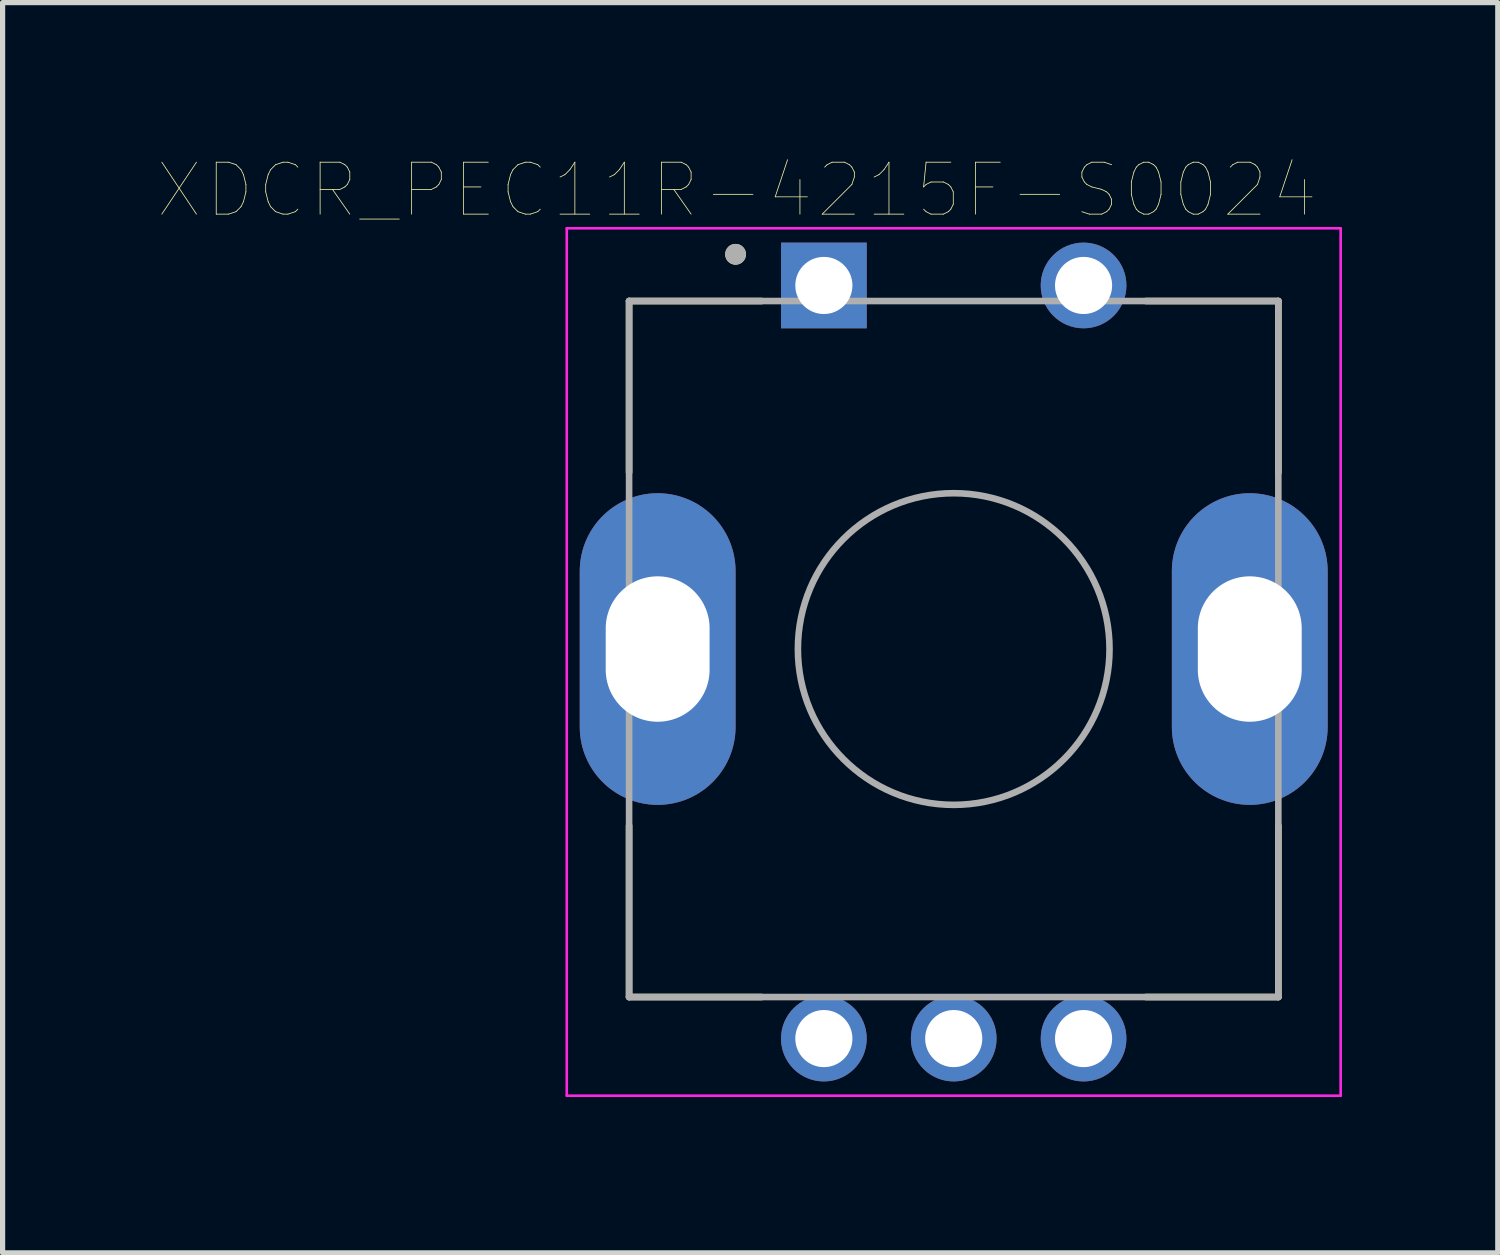
<source format=kicad_pcb>
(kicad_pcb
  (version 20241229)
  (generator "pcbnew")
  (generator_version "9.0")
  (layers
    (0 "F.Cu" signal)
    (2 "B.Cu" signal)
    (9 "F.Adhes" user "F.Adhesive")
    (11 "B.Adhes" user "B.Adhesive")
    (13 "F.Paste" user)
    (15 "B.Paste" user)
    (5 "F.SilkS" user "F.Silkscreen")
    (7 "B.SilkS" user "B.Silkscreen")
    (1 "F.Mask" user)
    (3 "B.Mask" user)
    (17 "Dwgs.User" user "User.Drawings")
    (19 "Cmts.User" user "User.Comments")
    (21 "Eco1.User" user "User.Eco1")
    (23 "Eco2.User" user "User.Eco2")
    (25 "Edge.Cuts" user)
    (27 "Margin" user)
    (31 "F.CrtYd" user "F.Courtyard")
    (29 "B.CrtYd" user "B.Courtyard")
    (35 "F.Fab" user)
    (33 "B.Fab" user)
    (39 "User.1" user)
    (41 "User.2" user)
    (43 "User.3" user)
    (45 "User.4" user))
  (footprint "XDCR_PEC11R-4215F-S0024"
    (layer "F.Cu")
    (at 15.312 9.446)
    (property "Reference" "XDCR_PEC11R-4215F-S0024" (at -4.175 -8.835 0) (layer "F.SilkS") (effects (font (size 1 1) (thickness 0.015))))
    (attr through_hole)
    (fp_line (start -6.25 -6.7) (end -3.7 -6.7) (stroke (width 0.127) (type solid)) (layer "F.SilkS"))
    (fp_line (start -6.25 -3.4) (end -6.25 -6.7) (stroke (width 0.127) (type solid)) (layer "F.SilkS"))
    (fp_line (start -6.25 3.4) (end -6.25 6.7) (stroke (width 0.127) (type solid)) (layer "F.SilkS"))
    (fp_line (start -6.25 6.7) (end -3.7 6.7) (stroke (width 0.127) (type solid)) (layer "F.SilkS"))
    (fp_line (start 3.7 -6.7) (end 6.25 -6.7) (stroke (width 0.127) (type solid)) (layer "F.SilkS"))
    (fp_line (start 3.7 6.7) (end 6.25 6.7) (stroke (width 0.127) (type solid)) (layer "F.SilkS"))
    (fp_line (start 6.25 -6.7) (end 6.25 -3.4) (stroke (width 0.127) (type solid)) (layer "F.SilkS"))
    (fp_line (start 6.25 6.7) (end 6.25 3.4) (stroke (width 0.127) (type solid)) (layer "F.SilkS"))
    (fp_circle (center -4.2 -7.6) (end -4.1 -7.6) (stroke (width 0.2) (type solid)) (fill no) (layer "F.SilkS"))
    (fp_line (start -7.45 -8.1) (end -7.45 8.6) (stroke (width 0.05) (type solid)) (layer "F.CrtYd"))
    (fp_line (start -7.45 8.6) (end 7.45 8.6) (stroke (width 0.05) (type solid)) (layer "F.CrtYd"))
    (fp_line (start 7.45 -8.1) (end -7.45 -8.1) (stroke (width 0.05) (type solid)) (layer "F.CrtYd"))
    (fp_line (start 7.45 8.6) (end 7.45 -8.1) (stroke (width 0.05) (type solid)) (layer "F.CrtYd"))
    (fp_line (start -6.25 -6.7) (end 6.25 -6.7) (stroke (width 0.127) (type solid)) (layer "F.Fab"))
    (fp_line (start -6.25 6.7) (end -6.25 -6.7) (stroke (width 0.127) (type solid)) (layer "F.Fab"))
    (fp_line (start 6.25 -6.7) (end 6.25 6.7) (stroke (width 0.127) (type solid)) (layer "F.Fab"))
    (fp_line (start 6.25 6.7) (end -6.25 6.7) (stroke (width 0.127) (type solid)) (layer "F.Fab"))
    (fp_circle (center -4.2 -7.6) (end -4.1 -7.6) (stroke (width 0.2) (type solid)) (fill no) (layer "F.Fab"))
    (fp_circle (center 0 0) (end 3 0) (stroke (width 0.127) (type solid)) (fill no) (layer "F.Fab"))
    (pad "1" thru_hole rect (at -2.5 -7) (size 1.65 1.65) (drill 1.1) (layers "*.Cu" "*.Mask"))
    (pad "2" thru_hole circle (at 2.5 -7) (size 1.65 1.65) (drill 1.1) (layers "*.Cu" "*.Mask"))
    (pad "A" thru_hole circle (at -2.5 7.5) (size 1.65 1.65) (drill 1.1) (layers "*.Cu" "*.Mask"))
    (pad "B" thru_hole circle (at 2.5 7.5) (size 1.65 1.65) (drill 1.1) (layers "*.Cu" "*.Mask"))
    (pad "COM" thru_hole circle (at 0 7.5) (size 1.65 1.65) (drill 1.1) (layers "*.Cu" "*.Mask"))
    (pad "S1" thru_hole oval (at -5.7 0) (size 3 6) (drill oval 2 2.8) (layers "*.Cu" "*.Mask"))
    (pad "S2" thru_hole oval (at 5.7 0) (size 3 6) (drill oval 2 2.8) (layers "*.Cu" "*.Mask")))
  (gr_rect
    (start -3 -3)
    (end 25.787 21.071)
    (stroke (width 0.1) (type default))
    (fill no)
    (layer "Edge.Cuts")))
</source>
